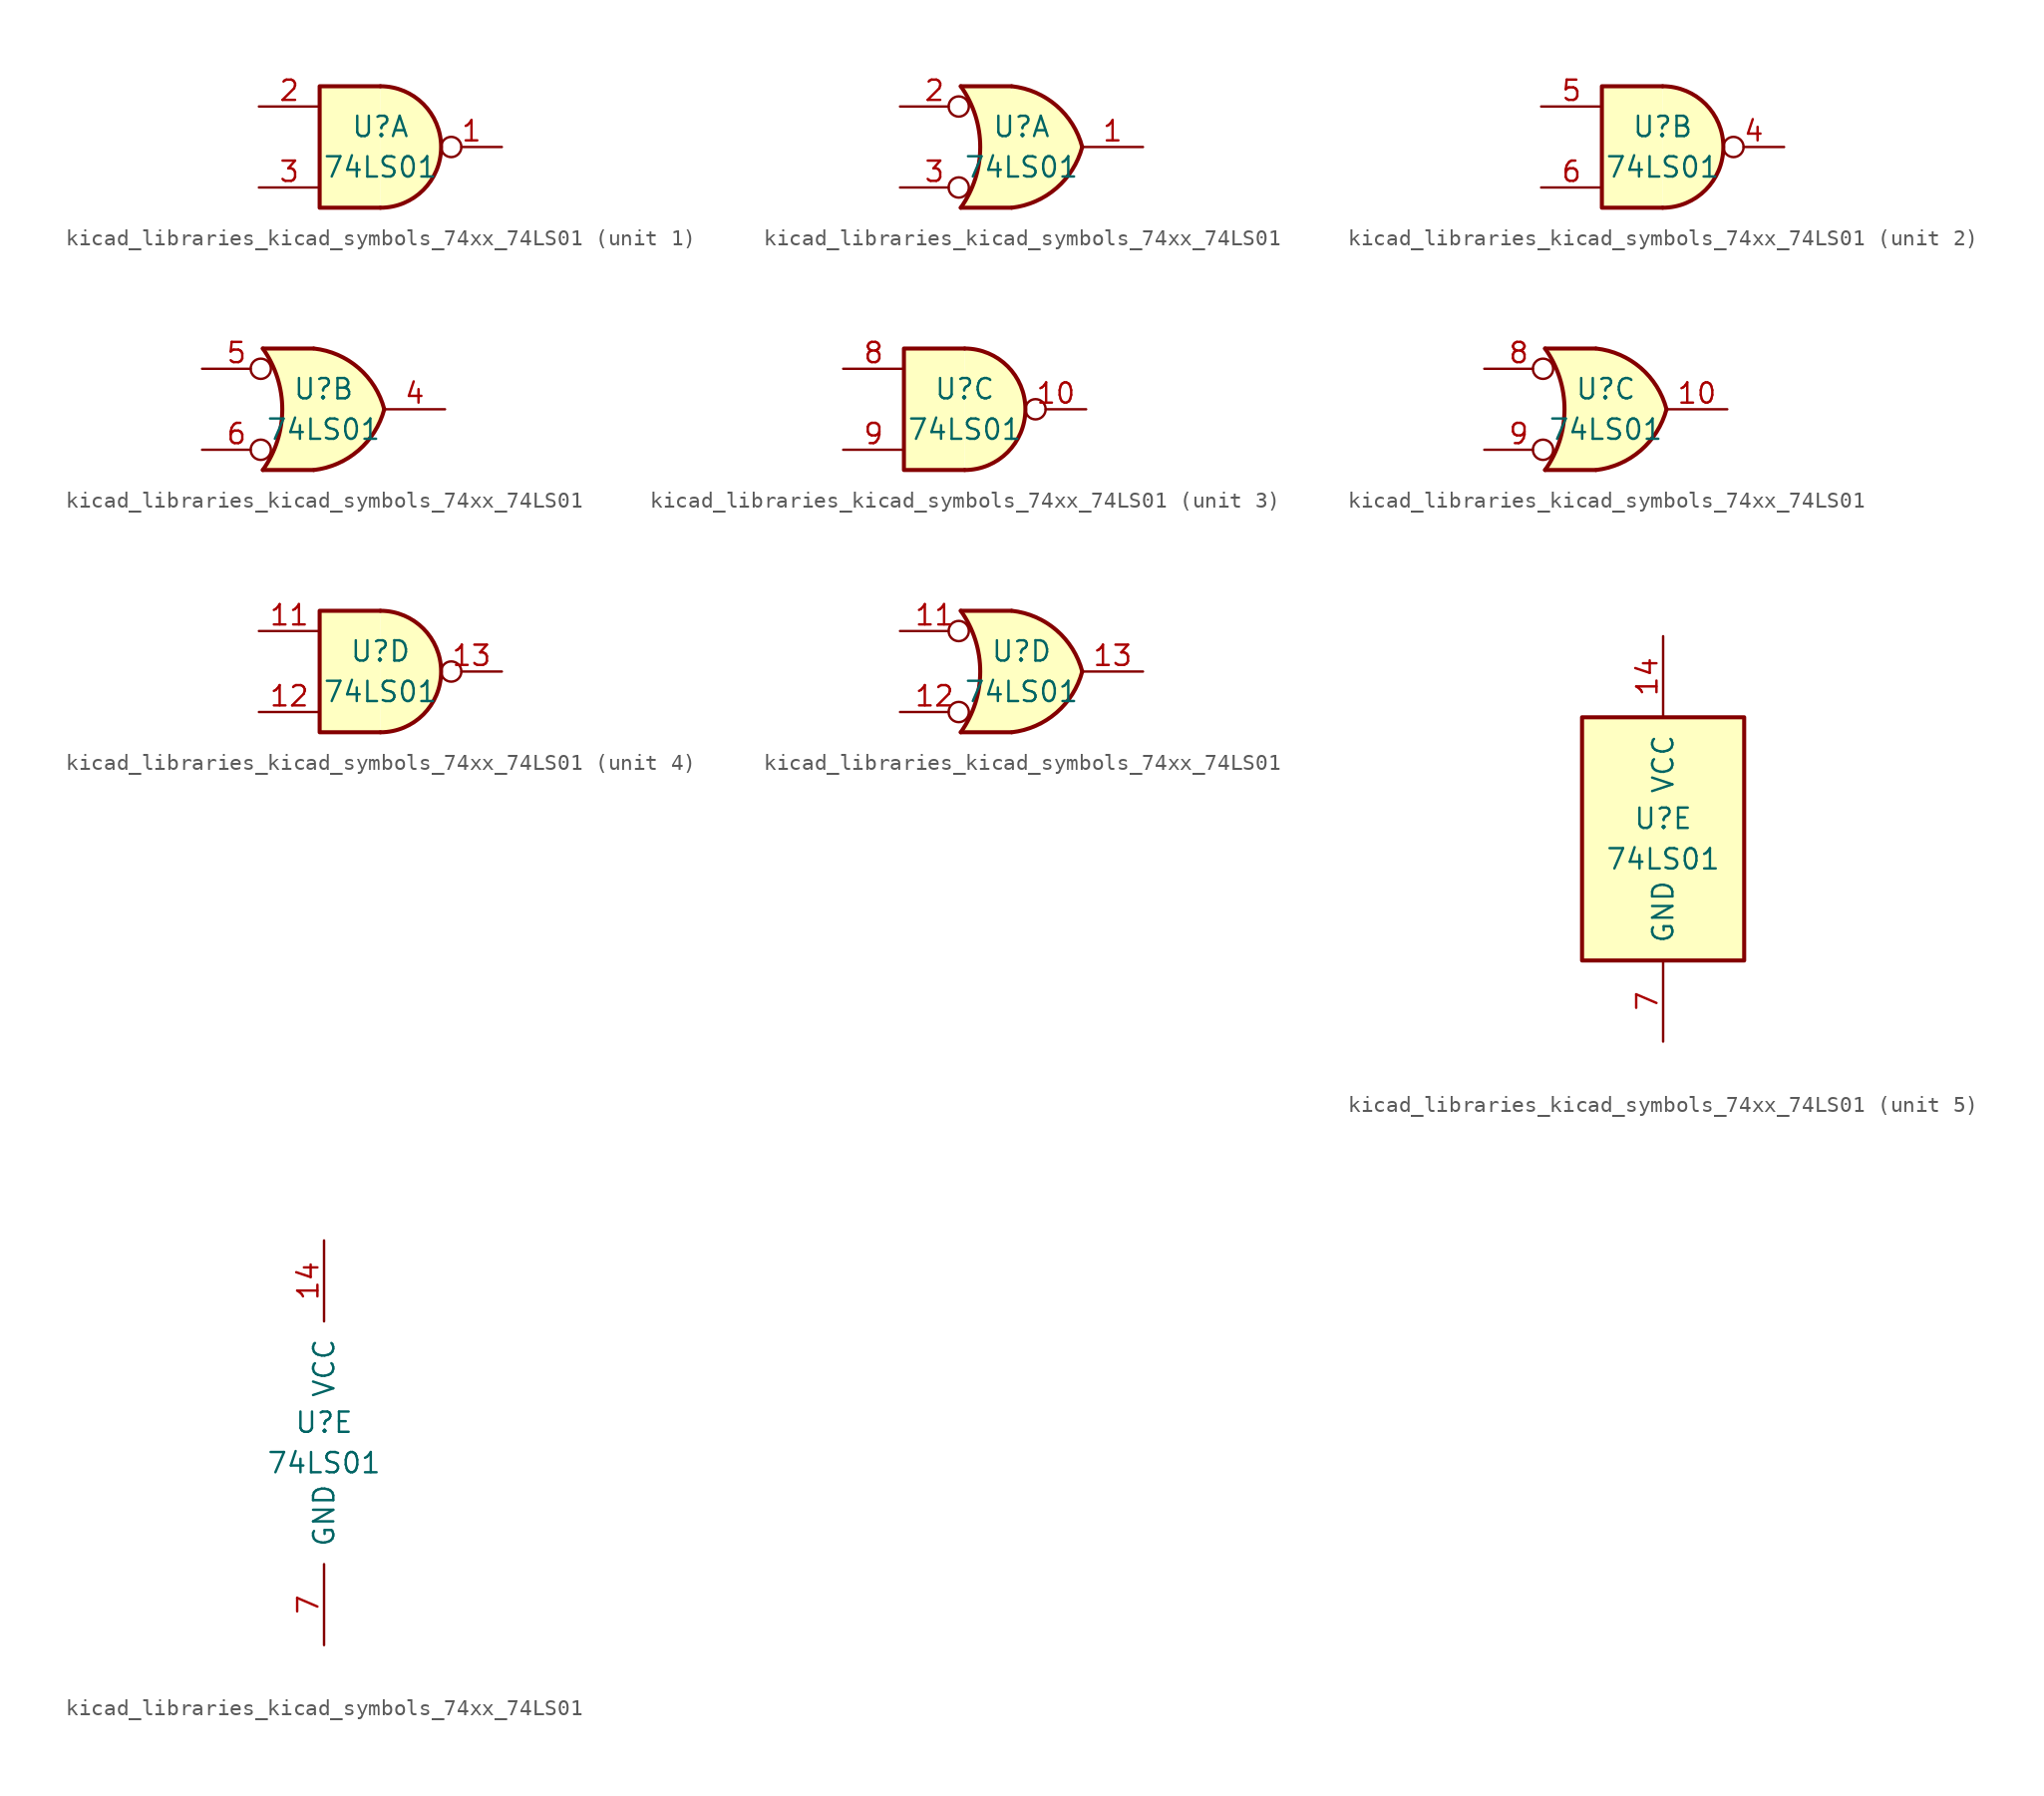
<source format=kicad_sym>
(kicad_symbol_lib
  (version 20220914)
  (generator kicad_symbol_editor)
  (symbol "kicad_libraries_kicad_symbols_74xx_74LS01"
    (pin_names
      (offset 1.016))
    (property "Reference" "U"
      (at 0 1.27 0)
      (effects (font (size 1.27 1.27))))
    (property "Value" "74LS01"
      (at 0 -1.27 0)
      (effects (font (size 1.27 1.27))))
    (property "ki_locked" ""
      (at 0 0 0)
      (effects (font (size 1.27 1.27))))
    (symbol "kicad_libraries_kicad_symbols_74xx_74LS01_1_1"
      (arc (start 0 -3.81) (mid 3.7934 0) (end 0 3.81) (stroke (width 0.254) (type default)) (fill (type background)))
      (polyline (pts (xy 0 3.81) (xy -3.81 3.81) (xy -3.81 -3.81) (xy 0 -3.81)) (stroke (width 0.254) (type default)) (fill (type background)))
      (pin open_collector inverted (at 7.62 0 180) (length 3.81) (name "~" (effects (font (size 1.27 1.27)))) (number "1" (effects (font (size 1.27 1.27)))))
      (pin input line (at -7.62 2.54 0) (length 3.81) (name "~" (effects (font (size 1.27 1.27)))) (number "2" (effects (font (size 1.27 1.27)))))
      (pin input line (at -7.62 -2.54 0) (length 3.81) (name "~" (effects (font (size 1.27 1.27)))) (number "3" (effects (font (size 1.27 1.27))))))
    (symbol "kicad_libraries_kicad_symbols_74xx_74LS01_1_2"
      (arc (start -3.81 -3.81) (mid -2.589 0) (end -3.81 3.81) (stroke (width 0.254) (type default)) (fill (type none)))
      (arc (start -0.6096 -3.81) (mid 2.1842 -2.5851) (end 3.81 0) (stroke (width 0.254) (type default)) (fill (type background)))
      (polyline (pts (xy -3.81 -3.81) (xy -0.635 -3.81)) (stroke (width 0.254) (type default)) (fill (type background)))
      (polyline (pts (xy -3.81 3.81) (xy -0.635 3.81)) (stroke (width 0.254) (type default)) (fill (type background)))
      (polyline (pts (xy -0.635 3.81) (xy -3.81 3.81) (xy -3.81 3.81) (xy -3.556 3.404) (xy -3.023 2.261) (xy -2.692 1.041) (xy -2.616 -0.254) (xy -2.769 -1.499) (xy -3.175 -2.718) (xy -3.81 -3.81) (xy -3.81 -3.81) (xy -0.635 -3.81)) (stroke (width -25.4) (type default)) (fill (type background)))
      (arc (start 3.81 0) (mid 2.1915 2.5936) (end -0.6096 3.81) (stroke (width 0.254) (type default)) (fill (type background)))
      (pin open_collector line (at 7.62 0 180) (length 3.81) (name "~" (effects (font (size 1.27 1.27)))) (number "1" (effects (font (size 1.27 1.27)))))
      (pin input inverted (at -7.62 2.54 0) (length 4.318) (name "~" (effects (font (size 1.27 1.27)))) (number "2" (effects (font (size 1.27 1.27)))))
      (pin input inverted (at -7.62 -2.54 0) (length 4.318) (name "~" (effects (font (size 1.27 1.27)))) (number "3" (effects (font (size 1.27 1.27))))))
    (symbol "kicad_libraries_kicad_symbols_74xx_74LS01_2_1"
      (arc (start 0 -3.81) (mid 3.7934 0) (end 0 3.81) (stroke (width 0.254) (type default)) (fill (type background)))
      (polyline (pts (xy 0 3.81) (xy -3.81 3.81) (xy -3.81 -3.81) (xy 0 -3.81)) (stroke (width 0.254) (type default)) (fill (type background)))
      (pin open_collector inverted (at 7.62 0 180) (length 3.81) (name "~" (effects (font (size 1.27 1.27)))) (number "4" (effects (font (size 1.27 1.27)))))
      (pin input line (at -7.62 2.54 0) (length 3.81) (name "~" (effects (font (size 1.27 1.27)))) (number "5" (effects (font (size 1.27 1.27)))))
      (pin input line (at -7.62 -2.54 0) (length 3.81) (name "~" (effects (font (size 1.27 1.27)))) (number "6" (effects (font (size 1.27 1.27))))))
    (symbol "kicad_libraries_kicad_symbols_74xx_74LS01_2_2"
      (arc (start -3.81 -3.81) (mid -2.589 0) (end -3.81 3.81) (stroke (width 0.254) (type default)) (fill (type none)))
      (arc (start -0.6096 -3.81) (mid 2.1842 -2.5851) (end 3.81 0) (stroke (width 0.254) (type default)) (fill (type background)))
      (polyline (pts (xy -3.81 -3.81) (xy -0.635 -3.81)) (stroke (width 0.254) (type default)) (fill (type background)))
      (polyline (pts (xy -3.81 3.81) (xy -0.635 3.81)) (stroke (width 0.254) (type default)) (fill (type background)))
      (polyline (pts (xy -0.635 3.81) (xy -3.81 3.81) (xy -3.81 3.81) (xy -3.556 3.404) (xy -3.023 2.261) (xy -2.692 1.041) (xy -2.616 -0.254) (xy -2.769 -1.499) (xy -3.175 -2.718) (xy -3.81 -3.81) (xy -3.81 -3.81) (xy -0.635 -3.81)) (stroke (width -25.4) (type default)) (fill (type background)))
      (arc (start 3.81 0) (mid 2.1915 2.5936) (end -0.6096 3.81) (stroke (width 0.254) (type default)) (fill (type background)))
      (pin open_collector line (at 7.62 0 180) (length 3.81) (name "~" (effects (font (size 1.27 1.27)))) (number "4" (effects (font (size 1.27 1.27)))))
      (pin input inverted (at -7.62 2.54 0) (length 4.318) (name "~" (effects (font (size 1.27 1.27)))) (number "5" (effects (font (size 1.27 1.27)))))
      (pin input inverted (at -7.62 -2.54 0) (length 4.318) (name "~" (effects (font (size 1.27 1.27)))) (number "6" (effects (font (size 1.27 1.27))))))
    (symbol "kicad_libraries_kicad_symbols_74xx_74LS01_3_1"
      (arc (start 0 -3.81) (mid 3.7934 0) (end 0 3.81) (stroke (width 0.254) (type default)) (fill (type background)))
      (polyline (pts (xy 0 3.81) (xy -3.81 3.81) (xy -3.81 -3.81) (xy 0 -3.81)) (stroke (width 0.254) (type default)) (fill (type background)))
      (pin open_collector inverted (at 7.62 0 180) (length 3.81) (name "~" (effects (font (size 1.27 1.27)))) (number "10" (effects (font (size 1.27 1.27)))))
      (pin input line (at -7.62 2.54 0) (length 3.81) (name "~" (effects (font (size 1.27 1.27)))) (number "8" (effects (font (size 1.27 1.27)))))
      (pin input line (at -7.62 -2.54 0) (length 3.81) (name "~" (effects (font (size 1.27 1.27)))) (number "9" (effects (font (size 1.27 1.27))))))
    (symbol "kicad_libraries_kicad_symbols_74xx_74LS01_3_2"
      (arc (start -3.81 -3.81) (mid -2.589 0) (end -3.81 3.81) (stroke (width 0.254) (type default)) (fill (type none)))
      (arc (start -0.6096 -3.81) (mid 2.1842 -2.5851) (end 3.81 0) (stroke (width 0.254) (type default)) (fill (type background)))
      (polyline (pts (xy -3.81 -3.81) (xy -0.635 -3.81)) (stroke (width 0.254) (type default)) (fill (type background)))
      (polyline (pts (xy -3.81 3.81) (xy -0.635 3.81)) (stroke (width 0.254) (type default)) (fill (type background)))
      (polyline (pts (xy -0.635 3.81) (xy -3.81 3.81) (xy -3.81 3.81) (xy -3.556 3.404) (xy -3.023 2.261) (xy -2.692 1.041) (xy -2.616 -0.254) (xy -2.769 -1.499) (xy -3.175 -2.718) (xy -3.81 -3.81) (xy -3.81 -3.81) (xy -0.635 -3.81)) (stroke (width -25.4) (type default)) (fill (type background)))
      (arc (start 3.81 0) (mid 2.1915 2.5936) (end -0.6096 3.81) (stroke (width 0.254) (type default)) (fill (type background)))
      (pin open_collector line (at 7.62 0 180) (length 3.81) (name "~" (effects (font (size 1.27 1.27)))) (number "10" (effects (font (size 1.27 1.27)))))
      (pin input inverted (at -7.62 2.54 0) (length 4.318) (name "~" (effects (font (size 1.27 1.27)))) (number "8" (effects (font (size 1.27 1.27)))))
      (pin input inverted (at -7.62 -2.54 0) (length 4.318) (name "~" (effects (font (size 1.27 1.27)))) (number "9" (effects (font (size 1.27 1.27))))))
    (symbol "kicad_libraries_kicad_symbols_74xx_74LS01_4_1"
      (arc (start 0 -3.81) (mid 3.7934 0) (end 0 3.81) (stroke (width 0.254) (type default)) (fill (type background)))
      (polyline (pts (xy 0 3.81) (xy -3.81 3.81) (xy -3.81 -3.81) (xy 0 -3.81)) (stroke (width 0.254) (type default)) (fill (type background)))
      (pin input line (at -7.62 2.54 0) (length 3.81) (name "~" (effects (font (size 1.27 1.27)))) (number "11" (effects (font (size 1.27 1.27)))))
      (pin input line (at -7.62 -2.54 0) (length 3.81) (name "~" (effects (font (size 1.27 1.27)))) (number "12" (effects (font (size 1.27 1.27)))))
      (pin open_collector inverted (at 7.62 0 180) (length 3.81) (name "~" (effects (font (size 1.27 1.27)))) (number "13" (effects (font (size 1.27 1.27))))))
    (symbol "kicad_libraries_kicad_symbols_74xx_74LS01_4_2"
      (arc (start -3.81 -3.81) (mid -2.589 0) (end -3.81 3.81) (stroke (width 0.254) (type default)) (fill (type none)))
      (arc (start -0.6096 -3.81) (mid 2.1842 -2.5851) (end 3.81 0) (stroke (width 0.254) (type default)) (fill (type background)))
      (polyline (pts (xy -3.81 -3.81) (xy -0.635 -3.81)) (stroke (width 0.254) (type default)) (fill (type background)))
      (polyline (pts (xy -3.81 3.81) (xy -0.635 3.81)) (stroke (width 0.254) (type default)) (fill (type background)))
      (polyline (pts (xy -0.635 3.81) (xy -3.81 3.81) (xy -3.81 3.81) (xy -3.556 3.404) (xy -3.023 2.261) (xy -2.692 1.041) (xy -2.616 -0.254) (xy -2.769 -1.499) (xy -3.175 -2.718) (xy -3.81 -3.81) (xy -3.81 -3.81) (xy -0.635 -3.81)) (stroke (width -25.4) (type default)) (fill (type background)))
      (arc (start 3.81 0) (mid 2.1915 2.5936) (end -0.6096 3.81) (stroke (width 0.254) (type default)) (fill (type background)))
      (pin input inverted (at -7.62 2.54 0) (length 4.318) (name "~" (effects (font (size 1.27 1.27)))) (number "11" (effects (font (size 1.27 1.27)))))
      (pin input inverted (at -7.62 -2.54 0) (length 4.318) (name "~" (effects (font (size 1.27 1.27)))) (number "12" (effects (font (size 1.27 1.27)))))
      (pin open_collector line (at 7.62 0 180) (length 3.81) (name "~" (effects (font (size 1.27 1.27)))) (number "13" (effects (font (size 1.27 1.27))))))
    (symbol "kicad_libraries_kicad_symbols_74xx_74LS01_5_0"
      (pin power_in line (at 0 12.7 270) (length 5.08) (name "VCC" (effects (font (size 1.27 1.27)))) (number "14" (effects (font (size 1.27 1.27)))))
      (pin power_in line (at 0 -12.7 90) (length 5.08) (name "GND" (effects (font (size 1.27 1.27)))) (number "7" (effects (font (size 1.27 1.27))))))
    (symbol "kicad_libraries_kicad_symbols_74xx_74LS01_5_1"
      (rectangle (start -5.08 7.62) (end 5.08 -7.62) (stroke (width 0.254) (type default)) (fill (type background))))))
</source>
